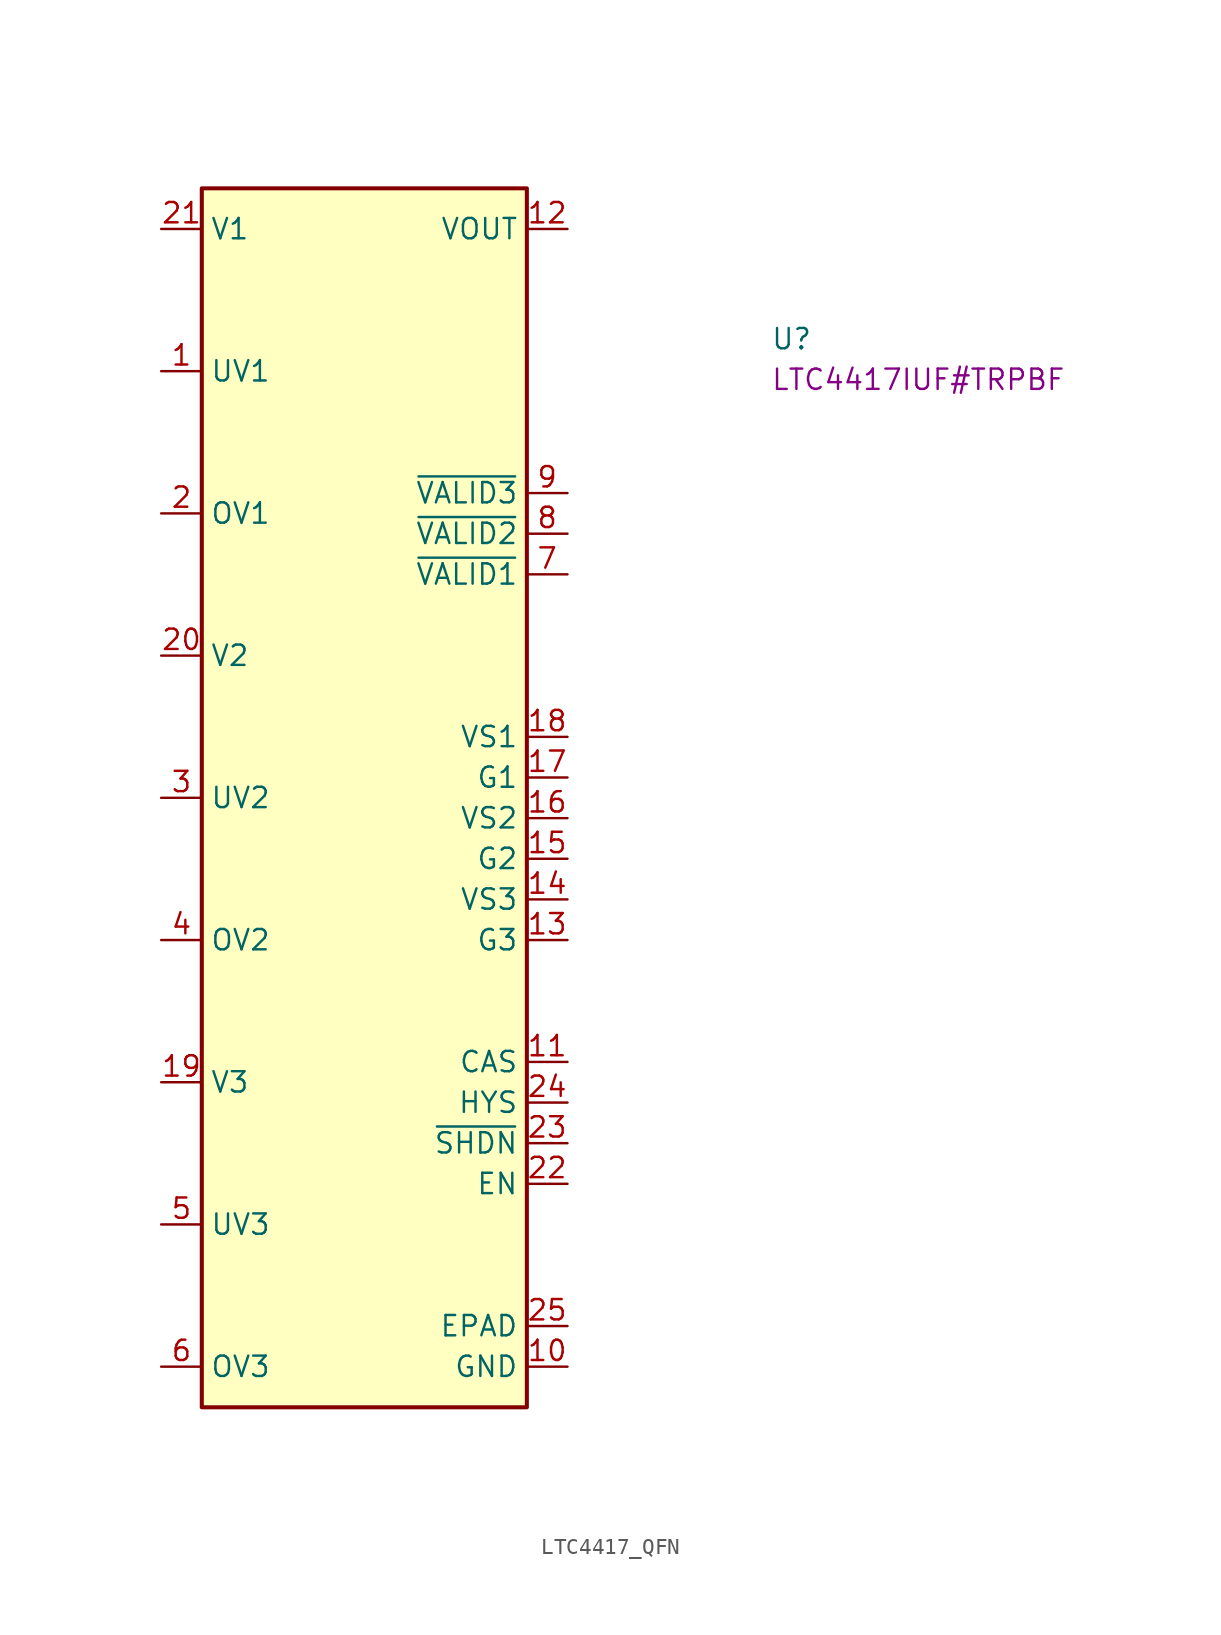
<source format=kicad_sym>
(kicad_symbol_lib
  (version 20220914)
  (generator kicad_symbol_editor)
  (symbol "LTC4417_QFN"
    (property "Reference" "U"
      (at 38.1 -7.62 0)
      (effects (font (size 1.27 1.27) (thickness 0.15)) (justify left bottom)))
    (property "MPN" "LTC4417IUF#TRPBF"
      (at 38.1 -10.16 0)
      (effects (font (size 1.27 1.27) (thickness 0.15)) (justify left bottom)))
    (symbol "LTC4417_QFN_1_1"
      (rectangle (start 2.54 2.54) (end 22.86 -73.66) (stroke (width 0.254) (type default)) (fill (type background)))
      (pin input line (at 0 -8.89 0) (length 2.54) (name "UV1" (effects (font (size 1.27 1.27)))) (number "1" (effects (font (size 1.27 1.27)))))
      (pin power_in line (at 25.4 -71.12 180) (length 2.54) (name "GND" (effects (font (size 1.27 1.27)))) (number "10" (effects (font (size 1.27 1.27)))))
      (pin output line (at 25.4 -52.07 180) (length 2.54) (name "CAS" (effects (font (size 1.27 1.27)))) (number "11" (effects (font (size 1.27 1.27)))))
      (pin output line (at 25.4 0 180) (length 2.54) (name "VOUT" (effects (font (size 1.27 1.27)))) (number "12" (effects (font (size 1.27 1.27)))))
      (pin output line (at 25.4 -44.45 180) (length 2.54) (name "G3" (effects (font (size 1.27 1.27)))) (number "13" (effects (font (size 1.27 1.27)))))
      (pin unspecified line (at 25.4 -41.91 180) (length 2.54) (name "VS3" (effects (font (size 1.27 1.27)))) (number "14" (effects (font (size 1.27 1.27)))))
      (pin output line (at 25.4 -39.37 180) (length 2.54) (name "G2" (effects (font (size 1.27 1.27)))) (number "15" (effects (font (size 1.27 1.27)))))
      (pin unspecified line (at 25.4 -36.83 180) (length 2.54) (name "VS2" (effects (font (size 1.27 1.27)))) (number "16" (effects (font (size 1.27 1.27)))))
      (pin output line (at 25.4 -34.29 180) (length 2.54) (name "G1" (effects (font (size 1.27 1.27)))) (number "17" (effects (font (size 1.27 1.27)))))
      (pin unspecified line (at 25.4 -31.75 180) (length 2.54) (name "VS1" (effects (font (size 1.27 1.27)))) (number "18" (effects (font (size 1.27 1.27)))))
      (pin input line (at 0 -53.34 0) (length 2.54) (name "V3" (effects (font (size 1.27 1.27)))) (number "19" (effects (font (size 1.27 1.27)))))
      (pin input line (at 0 -17.78 0) (length 2.54) (name "OV1" (effects (font (size 1.27 1.27)))) (number "2" (effects (font (size 1.27 1.27)))))
      (pin input line (at 0 -26.67 0) (length 2.54) (name "V2" (effects (font (size 1.27 1.27)))) (number "20" (effects (font (size 1.27 1.27)))))
      (pin input line (at 0 0 0) (length 2.54) (name "V1" (effects (font (size 1.27 1.27)))) (number "21" (effects (font (size 1.27 1.27)))))
      (pin input line (at 25.4 -59.69 180) (length 2.54) (name "EN" (effects (font (size 1.27 1.27)))) (number "22" (effects (font (size 1.27 1.27)))))
      (pin input line (at 25.4 -57.15 180) (length 2.54) (name "~{SHDN}" (effects (font (size 1.27 1.27)))) (number "23" (effects (font (size 1.27 1.27)))))
      (pin input line (at 25.4 -54.61 180) (length 2.54) (name "HYS" (effects (font (size 1.27 1.27)))) (number "24" (effects (font (size 1.27 1.27)))))
      (pin unspecified line (at 25.4 -68.58 180) (length 2.54) (name "EPAD" (effects (font (size 1.27 1.27)))) (number "25" (effects (font (size 1.27 1.27)))))
      (pin input line (at 0 -35.56 0) (length 2.54) (name "UV2" (effects (font (size 1.27 1.27)))) (number "3" (effects (font (size 1.27 1.27)))))
      (pin input line (at 0 -44.45 0) (length 2.54) (name "OV2" (effects (font (size 1.27 1.27)))) (number "4" (effects (font (size 1.27 1.27)))))
      (pin input line (at 0 -62.23 0) (length 2.54) (name "UV3" (effects (font (size 1.27 1.27)))) (number "5" (effects (font (size 1.27 1.27)))))
      (pin input line (at 0 -71.12 0) (length 2.54) (name "OV3" (effects (font (size 1.27 1.27)))) (number "6" (effects (font (size 1.27 1.27)))))
      (pin output line (at 25.4 -21.59 180) (length 2.54) (name "~{VALID1}" (effects (font (size 1.27 1.27)))) (number "7" (effects (font (size 1.27 1.27)))))
      (pin output line (at 25.4 -19.05 180) (length 2.54) (name "~{VALID2}" (effects (font (size 1.27 1.27)))) (number "8" (effects (font (size 1.27 1.27)))))
      (pin output line (at 25.4 -16.51 180) (length 2.54) (name "~{VALID3}" (effects (font (size 1.27 1.27)))) (number "9" (effects (font (size 1.27 1.27))))))))
</source>
